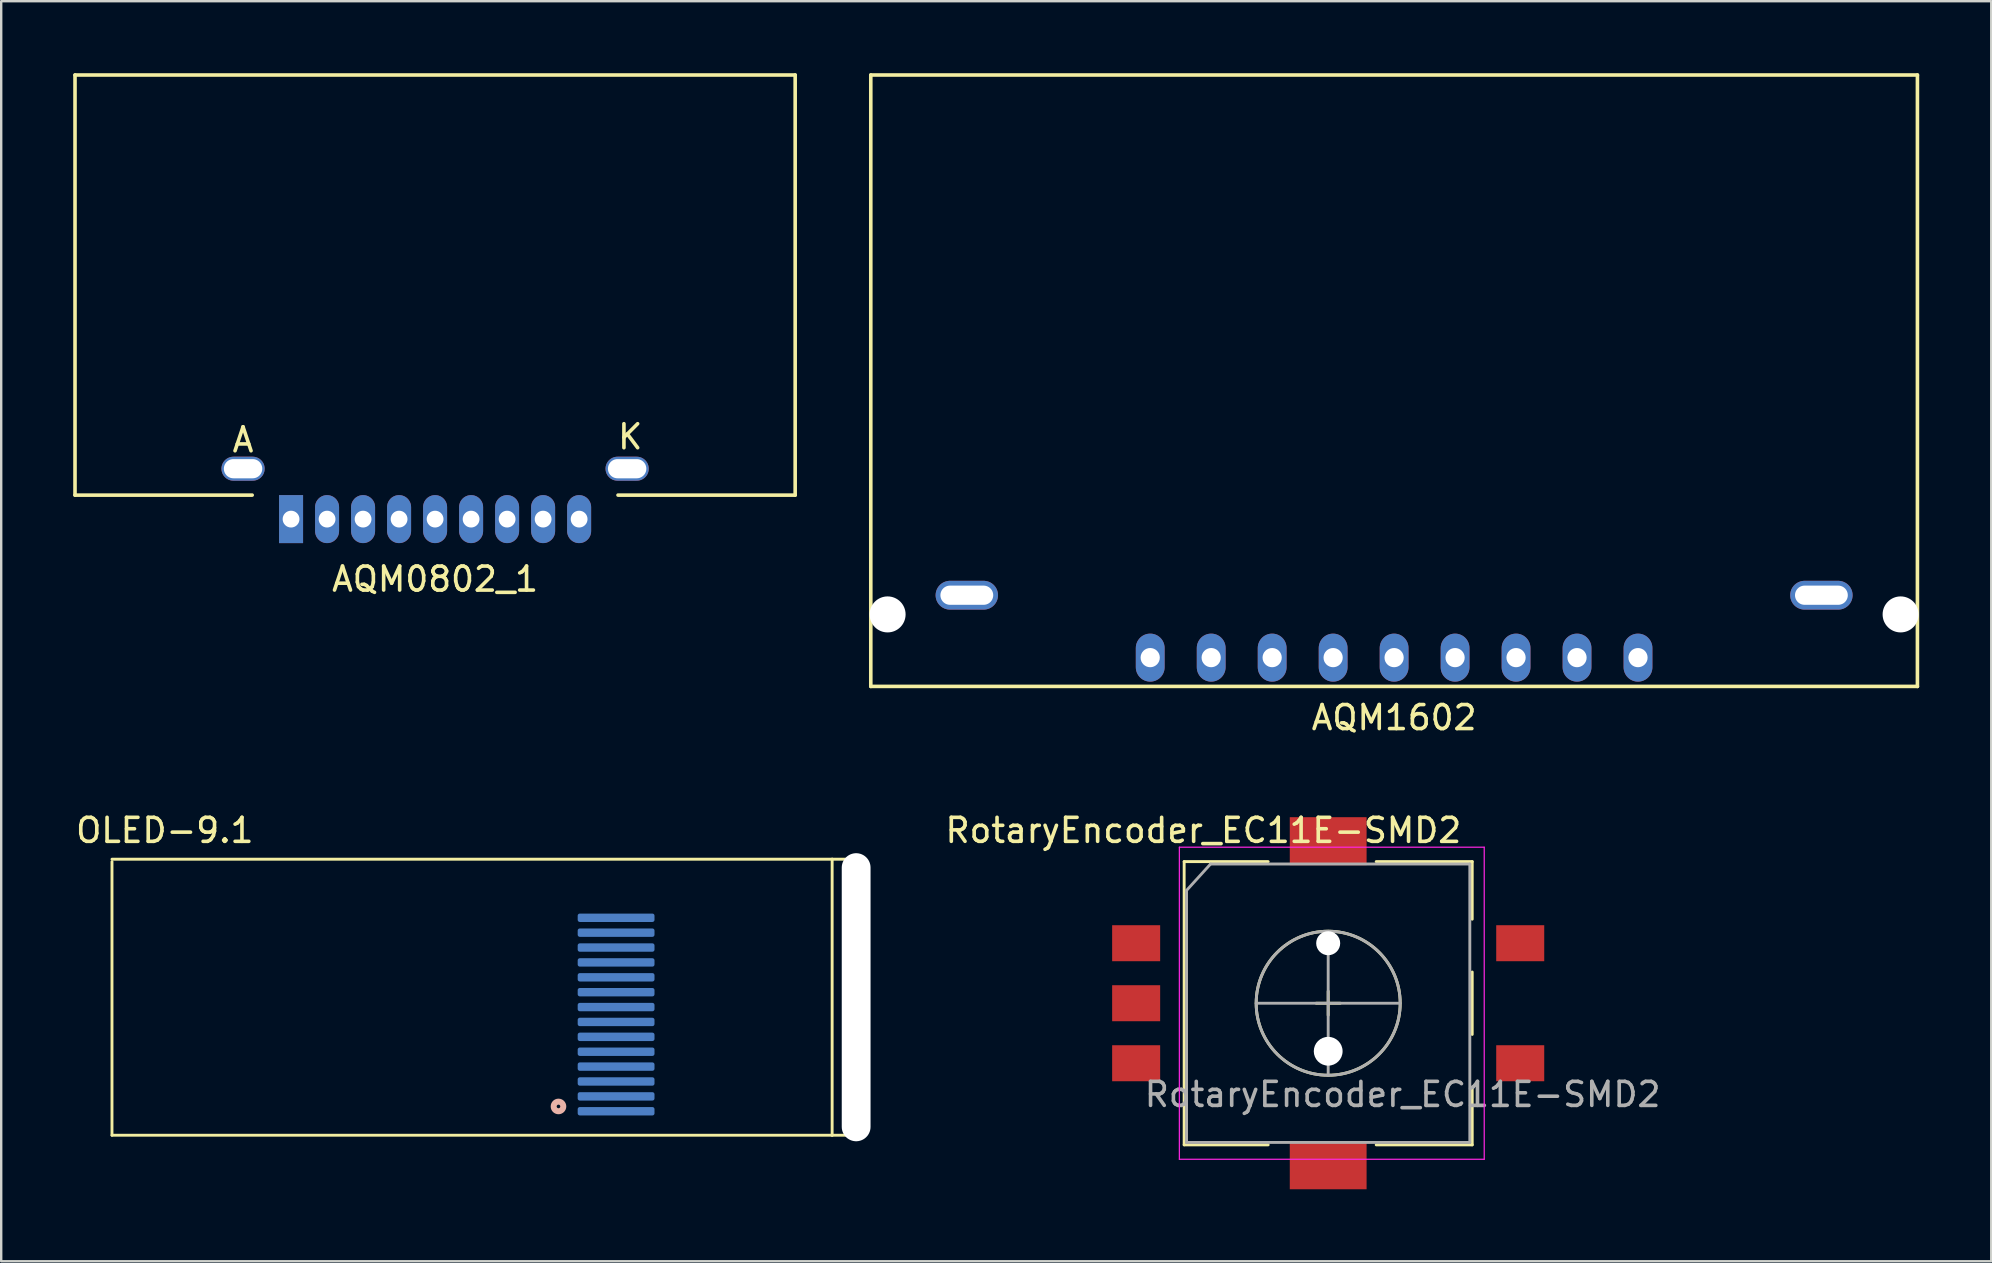
<source format=kicad_pcb>
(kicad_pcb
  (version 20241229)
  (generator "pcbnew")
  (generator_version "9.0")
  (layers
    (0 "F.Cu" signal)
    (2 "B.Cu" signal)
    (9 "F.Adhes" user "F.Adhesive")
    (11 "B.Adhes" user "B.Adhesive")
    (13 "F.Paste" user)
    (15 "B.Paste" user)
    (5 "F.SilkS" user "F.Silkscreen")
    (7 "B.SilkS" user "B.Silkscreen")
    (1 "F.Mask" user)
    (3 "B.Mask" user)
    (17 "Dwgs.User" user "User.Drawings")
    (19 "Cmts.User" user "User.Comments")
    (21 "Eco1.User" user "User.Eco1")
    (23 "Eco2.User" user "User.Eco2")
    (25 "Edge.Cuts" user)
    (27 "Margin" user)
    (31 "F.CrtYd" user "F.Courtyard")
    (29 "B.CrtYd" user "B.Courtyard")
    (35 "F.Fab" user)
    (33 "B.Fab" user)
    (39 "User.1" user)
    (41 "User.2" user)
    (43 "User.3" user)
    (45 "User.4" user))
  (footprint "OLED-9.1"
    (layer "F.Cu")
    (at 1.615 32.742)
    (property "Reference" "OLED-9.1" (at 2.2 -1.2 0) (layer "F.SilkS") (effects (font (size 1 1) (thickness 0.15))))
    (attr through_hole)
    (fp_line (start 0 0.1) (end 0 11.5) (stroke (width 0.12) (type solid)) (layer "F.SilkS"))
    (fp_line (start 0 11.5) (end 30 11.5) (stroke (width 0.12) (type solid)) (layer "F.SilkS"))
    (fp_line (start 30 0) (end 0 0) (stroke (width 0.12) (type solid)) (layer "F.SilkS"))
    (fp_line (start 30 0) (end 31 0) (stroke (width 0.12) (type solid)) (layer "F.SilkS"))
    (fp_line (start 30 11.5) (end 30 0) (stroke (width 0.12) (type solid)) (layer "F.SilkS"))
    (fp_line (start 31 0) (end 31 11.5) (stroke (width 0.12) (type solid)) (layer "F.SilkS"))
    (fp_line (start 31 11.5) (end 30 11.5) (stroke (width 0.12) (type solid)) (layer "F.SilkS"))
    (fp_circle (center 18.6 10.3) (end 18.8 10.3) (stroke (width 0.25) (type solid)) (fill no) (layer "B.SilkS"))
    (pad "" np_thru_hole oval (at 31 5.75) (size 1.2 12) (drill oval 1.2 12) (layers "*.Cu" "*.Mask"))
    (pad "1" smd roundrect (at 21 10.5) (size 3.2 0.35) (layers "B.Cu" "B.Mask" "B.Paste") (roundrect_rratio 0.25))
    (pad "2" smd roundrect (at 21 9.88) (size 3.2 0.35) (layers "B.Cu" "B.Mask" "B.Paste") (roundrect_rratio 0.25))
    (pad "3" smd roundrect (at 21 9.26) (size 3.2 0.35) (layers "B.Cu" "B.Mask" "B.Paste") (roundrect_rratio 0.25))
    (pad "4" smd roundrect (at 21 8.64) (size 3.2 0.35) (layers "B.Cu" "B.Mask" "B.Paste") (roundrect_rratio 0.25))
    (pad "5" smd roundrect (at 21 8.02) (size 3.2 0.35) (layers "B.Cu" "B.Mask" "B.Paste") (roundrect_rratio 0.25))
    (pad "6" smd roundrect (at 21 7.4) (size 3.2 0.35) (layers "B.Cu" "B.Mask" "B.Paste") (roundrect_rratio 0.25))
    (pad "7" smd roundrect (at 21 6.78) (size 3.2 0.35) (layers "B.Cu" "B.Mask" "B.Paste") (roundrect_rratio 0.25))
    (pad "8" smd roundrect (at 21 6.16) (size 3.2 0.35) (layers "B.Cu" "B.Mask" "B.Paste") (roundrect_rratio 0.25))
    (pad "9" smd roundrect (at 21 5.54) (size 3.2 0.35) (layers "B.Cu" "B.Mask" "B.Paste") (roundrect_rratio 0.25))
    (pad "10" smd roundrect (at 21 4.92) (size 3.2 0.35) (layers "B.Cu" "B.Mask" "B.Paste") (roundrect_rratio 0.25))
    (pad "11" smd roundrect (at 21 4.3) (size 3.2 0.35) (layers "B.Cu" "B.Mask" "B.Paste") (roundrect_rratio 0.25))
    (pad "12" smd roundrect (at 21 3.68) (size 3.2 0.35) (layers "B.Cu" "B.Mask" "B.Paste") (roundrect_rratio 0.25))
    (pad "13" smd roundrect (at 21 3.06) (size 3.2 0.35) (layers "B.Cu" "B.Mask" "B.Paste") (roundrect_rratio 0.25))
    (pad "14" smd roundrect (at 21 2.44) (size 3.2 0.35) (layers "B.Cu" "B.Mask" "B.Paste") (roundrect_rratio 0.25)))
  (footprint "RotaryEncoder_EC11E-SMD2"
    (layer "F.Cu")
    (at 44.279 36.242)
    (property "Reference" "RotaryEncoder_EC11E-SMD2" (at 2.8 -4.7 0) (layer "F.SilkS") (effects (font (size 1 1) (thickness 0.15))))
    (attr through_hole)
    (fp_line (start 2 -3.4) (end 2 8.4) (stroke (width 0.12) (type solid)) (layer "F.SilkS"))
    (fp_line (start 5.5 -3.4) (end 2 -3.4) (stroke (width 0.12) (type solid)) (layer "F.SilkS"))
    (fp_line (start 5.5 8.4) (end 2 8.4) (stroke (width 0.12) (type solid)) (layer "F.SilkS"))
    (fp_line (start 7.5 2.5) (end 8.5 2.5) (stroke (width 0.12) (type solid)) (layer "F.SilkS"))
    (fp_line (start 8 2) (end 8 3) (stroke (width 0.12) (type solid)) (layer "F.SilkS"))
    (fp_line (start 10 -3.4) (end 14 -3.4) (stroke (width 0.12) (type solid)) (layer "F.SilkS"))
    (fp_line (start 14 -3.4) (end 14 -1) (stroke (width 0.12) (type solid)) (layer "F.SilkS"))
    (fp_line (start 14 1.2) (end 14 3.8) (stroke (width 0.12) (type solid)) (layer "F.SilkS"))
    (fp_line (start 14 6) (end 14 8.4) (stroke (width 0.12) (type solid)) (layer "F.SilkS"))
    (fp_line (start 14 8.4) (end 10 8.4) (stroke (width 0.12) (type solid)) (layer "F.SilkS"))
    (fp_circle (center 8 2.5) (end 11 2.5) (stroke (width 0.12) (type solid)) (fill no) (layer "F.SilkS"))
    (fp_line (start 1.8 -4) (end 1.8 9) (stroke (width 0.05) (type solid)) (layer "F.CrtYd"))
    (fp_line (start 1.8 -4) (end 14.5 -4) (stroke (width 0.05) (type solid)) (layer "F.CrtYd"))
    (fp_line (start 14.5 9) (end 1.8 9) (stroke (width 0.05) (type solid)) (layer "F.CrtYd"))
    (fp_line (start 14.5 9) (end 14.5 -4) (stroke (width 0.05) (type solid)) (layer "F.CrtYd"))
    (fp_line (start 2.1 -2.2) (end 3.1 -3.3) (stroke (width 0.12) (type solid)) (layer "F.Fab"))
    (fp_line (start 2.1 8.3) (end 2.1 -2.2) (stroke (width 0.12) (type solid)) (layer "F.Fab"))
    (fp_line (start 3.1 -3.3) (end 13.9 -3.3) (stroke (width 0.12) (type solid)) (layer "F.Fab"))
    (fp_line (start 5 2.5) (end 11 2.5) (stroke (width 0.12) (type solid)) (layer "F.Fab"))
    (fp_line (start 8 -0.5) (end 8 5.5) (stroke (width 0.12) (type solid)) (layer "F.Fab"))
    (fp_line (start 13.9 -3.3) (end 13.9 8.3) (stroke (width 0.12) (type solid)) (layer "F.Fab"))
    (fp_line (start 13.9 8.3) (end 2.1 8.3) (stroke (width 0.12) (type solid)) (layer "F.Fab"))
    (fp_circle (center 8 2.5) (end 11 2.5) (stroke (width 0.12) (type solid)) (fill no) (layer "F.Fab"))
    (fp_text user "${REFERENCE}" (at 11.1 6.3 0) (layer "F.Fab") (effects (font (size 1 1) (thickness 0.15))))
    (pad "" np_thru_hole circle (at 8 0) (size 1 1) (drill 1) (layers "*.Cu" "*.Mask"))
    (pad "" np_thru_hole circle (at 8 4.5) (size 1.2 1.2) (drill 1.2) (layers "*.Cu" "*.Mask"))
    (pad "A" smd rect (at 0 0) (size 2 1.5) (layers "F.Cu" "F.Mask" "F.Paste"))
    (pad "B" smd rect (at 0 5) (size 2 1.5) (layers "F.Cu" "F.Mask" "F.Paste"))
    (pad "C" smd rect (at 0 2.5) (size 2 1.5) (layers "F.Cu" "F.Mask" "F.Paste"))
    (pad "MP" smd rect (at 8 -4.25) (size 3.2 2) (layers "F.Cu" "F.Mask" "F.Paste"))
    (pad "MP" smd rect (at 8 9.25) (size 3.2 2) (layers "F.Cu" "F.Mask" "F.Paste"))
    (pad "S1" smd rect (at 16 5) (size 2 1.5) (layers "F.Cu" "F.Mask" "F.Paste"))
    (pad "S2" smd rect (at 16 0) (size 2 1.5) (layers "F.Cu" "F.Mask" "F.Paste")))
  (footprint "AQM0802_1"
    (layer "F.Cu")
    (at 15.075 18.575)
    (property "Reference" "AQM0802_1" (at 0 2.5 0) (layer "F.SilkS") (effects (font (size 1 1) (thickness 0.15))))
    (attr through_hole)
    (fp_line (start -15 -18.5) (end 15 -18.5) (stroke (width 0.15) (type solid)) (layer "F.SilkS"))
    (fp_line (start -15 -1) (end -15 -18.5) (stroke (width 0.15) (type solid)) (layer "F.SilkS"))
    (fp_line (start -7.62 -1) (end -15 -1) (stroke (width 0.15) (type solid)) (layer "F.SilkS"))
    (fp_line (start 7.62 -1) (end 15 -1) (stroke (width 0.15) (type solid)) (layer "F.SilkS"))
    (fp_line (start 15 -18.5) (end 15 -1) (stroke (width 0.15) (type solid)) (layer "F.SilkS"))
    (fp_text user "K" (at 8.128 -3.429 0) (layer "F.SilkS") (effects (font (size 1 1) (thickness 0.15))))
    (fp_text user "A" (at -8.001 -3.302 0) (layer "F.SilkS") (effects (font (size 1 1) (thickness 0.15))))
    (pad "1" thru_hole rect (at -6 0) (size 1 2) (drill 0.7) (layers "*.Cu" "*.Mask"))
    (pad "2" thru_hole oval (at -4.5 0) (size 1 2) (drill 0.7) (layers "*.Cu" "*.Mask"))
    (pad "3" thru_hole oval (at -3 0) (size 1 2) (drill 0.7) (layers "*.Cu" "*.Mask"))
    (pad "4" thru_hole oval (at -1.5 0) (size 1 2) (drill 0.7) (layers "*.Cu" "*.Mask"))
    (pad "5" thru_hole oval (at 0 0) (size 1 2) (drill 0.7) (layers "*.Cu" "*.Mask"))
    (pad "6" thru_hole oval (at 1.5 0) (size 1 2) (drill 0.7) (layers "*.Cu" "*.Mask"))
    (pad "7" thru_hole oval (at 3 0) (size 1 2) (drill 0.7) (layers "*.Cu" "*.Mask"))
    (pad "8" thru_hole oval (at 4.5 0) (size 1 2) (drill 0.7) (layers "*.Cu" "*.Mask"))
    (pad "9" thru_hole oval (at 6 0) (size 1 2) (drill 0.7) (layers "*.Cu" "*.Mask"))
    (pad "10" thru_hole oval (at -8 -2.1) (size 1.8 1) (drill oval 1.6 0.8) (layers "*.Cu" "*.Mask"))
    (pad "11" thru_hole oval (at 8 -2.1) (size 1.8 1) (drill oval 1.6 0.8) (layers "*.Cu" "*.Mask")))
  (footprint "AQM1602"
    (layer "F.Cu")
    (at 55.025 24.345)
    (property "Reference" "AQM1602" (at 0 2.5 0) (layer "F.SilkS") (effects (font (size 1 1) (thickness 0.15))))
    (attr through_hole)
    (fp_line (start -21.8 -24.27) (end -21.8 1.2) (stroke (width 0.15) (type solid)) (layer "F.SilkS"))
    (fp_line (start -21.8 -24.27) (end 21.8 -24.27) (stroke (width 0.15) (type solid)) (layer "F.SilkS"))
    (fp_line (start -21.8 1.2) (end 21.8 1.2) (stroke (width 0.15) (type solid)) (layer "F.SilkS"))
    (fp_line (start 21.8 -24.27) (end 21.8 1.2) (stroke (width 0.15) (type solid)) (layer "F.SilkS"))
    (pad "" np_thru_hole circle (at -21.1 -1.8) (size 1.5 1.5) (drill 1.5) (layers "*.Cu" "*.Mask"))
    (pad "" np_thru_hole circle (at 21.1 -1.8) (size 1.5 1.5) (drill 1.5) (layers "*.Cu" "*.Mask"))
    (pad "1" thru_hole oval (at -10.16 0) (size 1.2 2) (drill 0.8) (layers "*.Cu" "*.Mask"))
    (pad "2" thru_hole oval (at -7.62 0) (size 1.2 2) (drill 0.8) (layers "*.Cu" "*.Mask"))
    (pad "3" thru_hole oval (at -5.08 0) (size 1.2 2) (drill 0.8) (layers "*.Cu" "*.Mask"))
    (pad "4" thru_hole oval (at -2.54 0) (size 1.2 2) (drill 0.8) (layers "*.Cu" "*.Mask"))
    (pad "5" thru_hole oval (at 0 0) (size 1.2 2) (drill 0.8) (layers "*.Cu" "*.Mask"))
    (pad "6" thru_hole oval (at 2.54 0) (size 1.2 2) (drill 0.8) (layers "*.Cu" "*.Mask"))
    (pad "7" thru_hole oval (at 5.08 0) (size 1.2 2) (drill 0.8) (layers "*.Cu" "*.Mask"))
    (pad "8" thru_hole oval (at 7.62 0) (size 1.2 2) (drill 0.8) (layers "*.Cu" "*.Mask"))
    (pad "9" thru_hole oval (at 10.16 0) (size 1.2 2) (drill 0.8) (layers "*.Cu" "*.Mask"))
    (pad "10" thru_hole oval (at -17.8 -2.6) (size 2.6 1.2) (drill oval 2.2 0.8) (layers "*.Cu" "*.Mask"))
    (pad "11" thru_hole oval (at 17.8 -2.6) (size 2.6 1.2) (drill oval 2.2 0.8) (layers "*.Cu" "*.Mask")))
  (gr_rect
    (start -3 -3)
    (end 79.9 49.492)
    (stroke (width 0.1) (type default))
    (fill no)
    (layer "Edge.Cuts")))
</source>
